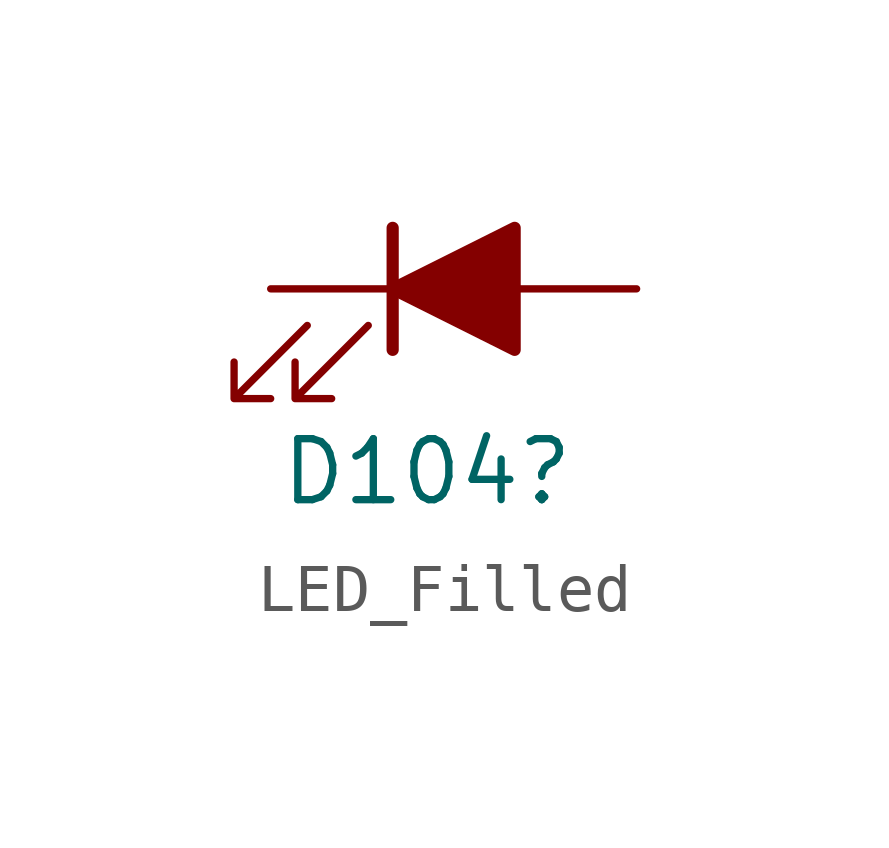
<source format=kicad_sym>
(kicad_symbol_lib
  (version 20241209)
  (generator "kicad_symbol_editor")
  (generator_version "9.0")
  (symbol "LED_Filled"
    (pin_numbers
      (hide yes))
    (pin_names
      (offset 1.016)
      (hide yes))
    (property "Reference" "D104"
      (at 2.54 -3.81 0)
      (effects (font (size 1.27 1.27)) (justify right)))
    (symbol "LED_Filled_0_1"
      (polyline (pts (xy -3.048 -0.762) (xy -4.572 -2.286) (xy -3.81 -2.286) (xy -4.572 -2.286) (xy -4.572 -1.524)) (stroke (width 0) (type default)) (fill (type none)))
      (polyline (pts (xy -1.778 -0.762) (xy -3.302 -2.286) (xy -2.54 -2.286) (xy -3.302 -2.286) (xy -3.302 -1.524)) (stroke (width 0) (type default)) (fill (type none)))
      (polyline (pts (xy -1.27 0) (xy 1.27 0)) (stroke (width 0) (type default)) (fill (type none)))
      (polyline (pts (xy -1.27 -1.27) (xy -1.27 1.27)) (stroke (width 0.254) (type default)) (fill (type none)))
      (polyline (pts (xy 1.27 -1.27) (xy 1.27 1.27) (xy -1.27 0) (xy 1.27 -1.27)) (stroke (width 0.254) (type default)) (fill (type outline))))
    (symbol "LED_Filled_1_1"
      (pin passive line (at -3.81 0 0) (length 2.54) (name "K" (effects (font (size 1.27 1.27)))) (number "1" (effects (font (size 1.27 1.27)))))
      (pin passive line (at 3.81 0 180) (length 2.54) (name "A" (effects (font (size 1.27 1.27)))) (number "2" (effects (font (size 1.27 1.27))))))))
</source>
